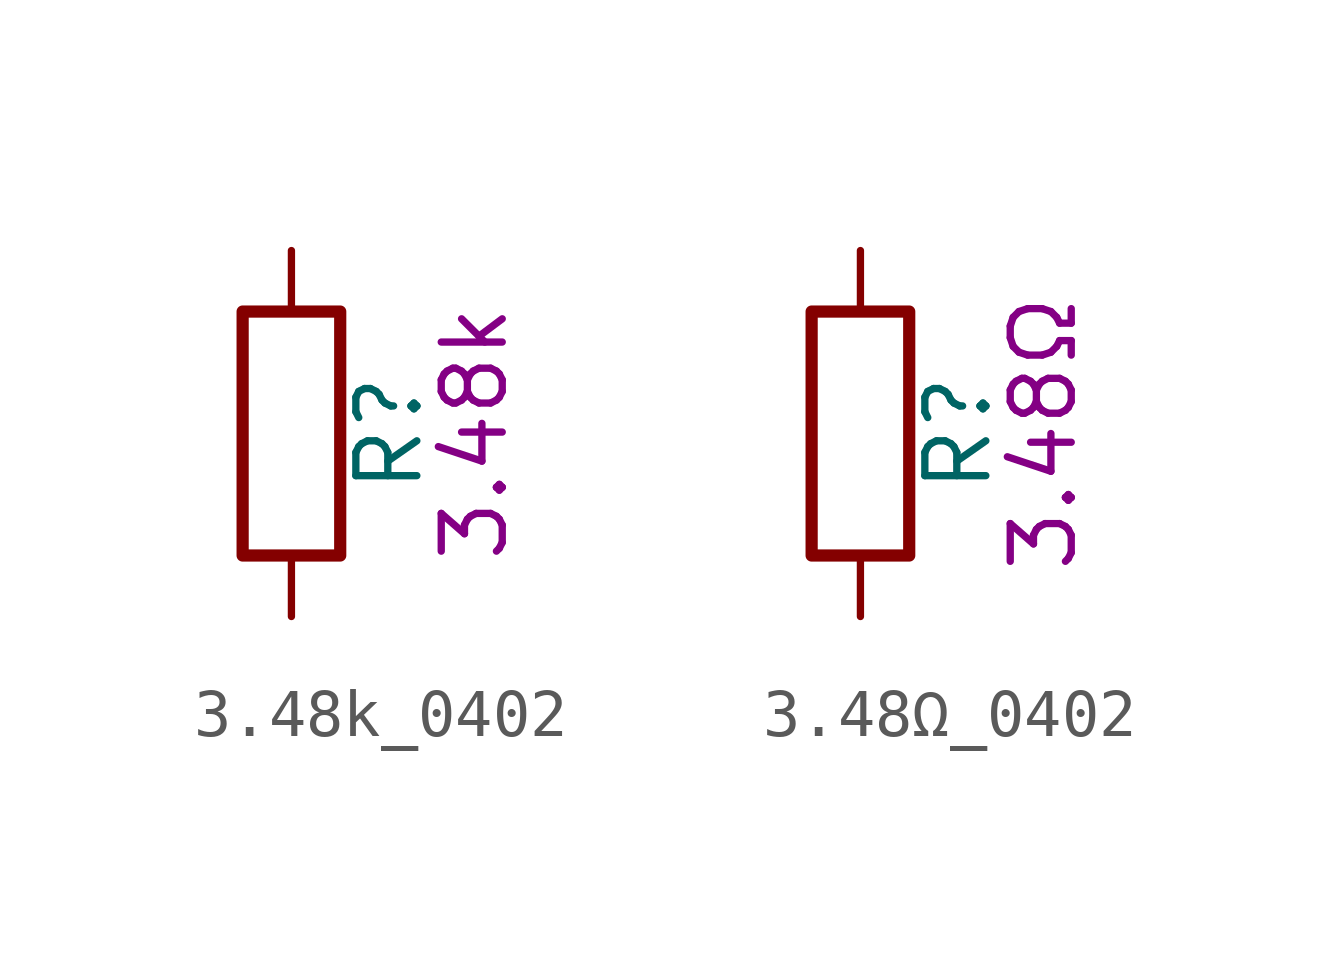
<source format=kicad_sym>
(kicad_symbol_lib
  (version 20211014)
  (generator kicad_symbol_editor)
  (symbol "3.48k_0402"
    (pin_numbers hide)
    (pin_names
      (offset 0))
    (property "Reference" "R"
      (at 2.032 0 90)
      (effects (font (size 1.27 1.27))))
    (property "Display" "3.48k"
      (at 3.81 0 90)
      (effects (font (size 1.27 1.27))))
    (symbol "3.48k_0402_0_1"
      (rectangle (start -1.016 -2.54) (end 1.016 2.54) (stroke (width 0.254) (type default) (color 0 0 0 0)) (fill (type none))))
    (symbol "3.48k_0402_1_1"
      (pin passive line (at 0 3.81 270) (length 1.27) (name "~" (effects (font (size 1.27 1.27)))) (number "1" (effects (font (size 1.27 1.27)))))
      (pin passive line (at 0 -3.81 90) (length 1.27) (name "~" (effects (font (size 1.27 1.27)))) (number "2" (effects (font (size 1.27 1.27)))))))
  (symbol "3.48Ω_0402"
    (pin_numbers hide)
    (pin_names
      (offset 0))
    (property "Reference" "R"
      (at 2.032 0 90)
      (effects (font (size 1.27 1.27))))
    (property "Display" "3.48Ω"
      (at 3.81 0 90)
      (effects (font (size 1.27 1.27))))
    (symbol "3.48Ω_0402_0_1"
      (rectangle (start -1.016 -2.54) (end 1.016 2.54) (stroke (width 0.254) (type default) (color 0 0 0 0)) (fill (type none))))
    (symbol "3.48Ω_0402_1_1"
      (pin passive line (at 0 3.81 270) (length 1.27) (name "~" (effects (font (size 1.27 1.27)))) (number "1" (effects (font (size 1.27 1.27)))))
      (pin passive line (at 0 -3.81 90) (length 1.27) (name "~" (effects (font (size 1.27 1.27)))) (number "2" (effects (font (size 1.27 1.27))))))))
</source>
